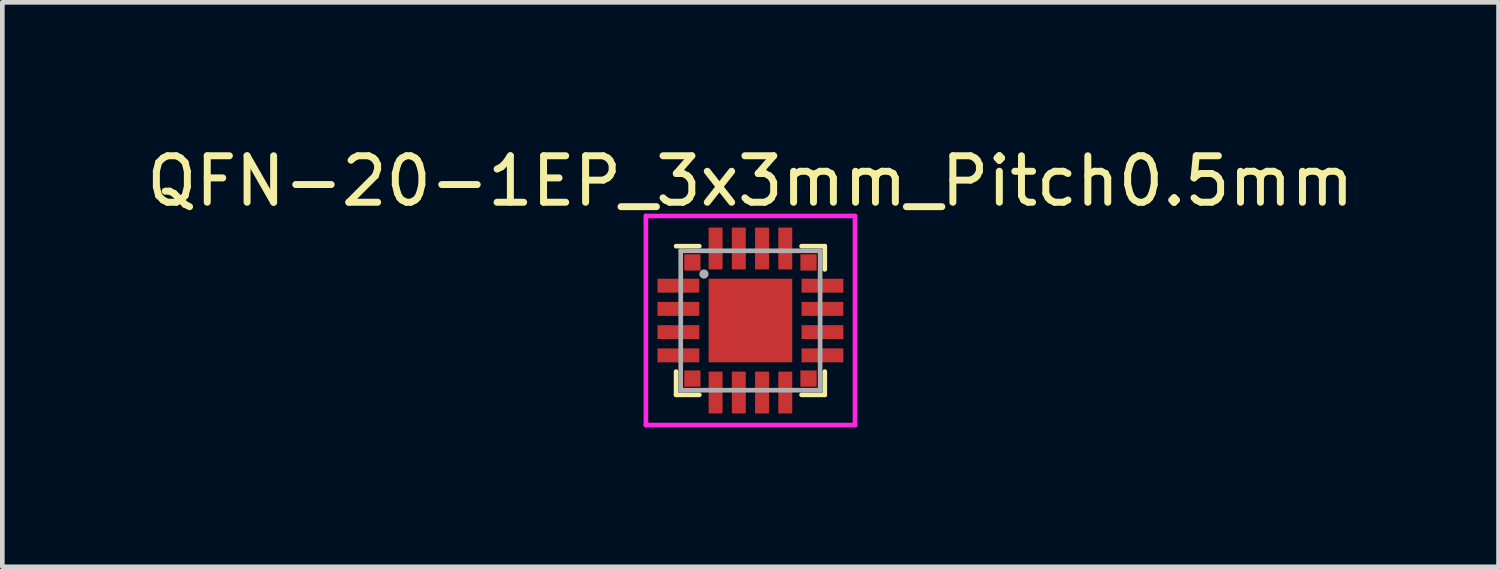
<source format=kicad_pcb>
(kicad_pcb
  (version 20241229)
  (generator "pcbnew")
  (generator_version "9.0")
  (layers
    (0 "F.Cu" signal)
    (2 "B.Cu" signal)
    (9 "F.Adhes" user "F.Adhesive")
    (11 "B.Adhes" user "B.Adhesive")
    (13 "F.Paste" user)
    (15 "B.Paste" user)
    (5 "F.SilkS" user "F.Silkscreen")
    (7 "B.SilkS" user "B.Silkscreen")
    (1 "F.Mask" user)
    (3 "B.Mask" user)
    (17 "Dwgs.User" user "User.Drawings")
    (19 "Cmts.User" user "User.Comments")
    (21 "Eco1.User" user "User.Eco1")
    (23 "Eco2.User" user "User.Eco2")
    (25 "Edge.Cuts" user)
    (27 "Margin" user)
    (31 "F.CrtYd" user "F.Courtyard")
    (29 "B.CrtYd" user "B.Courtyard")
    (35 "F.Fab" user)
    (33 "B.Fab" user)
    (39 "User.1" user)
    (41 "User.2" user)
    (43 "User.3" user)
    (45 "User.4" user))
  (footprint "QFN-20-1EP_3x3mm_Pitch0.5mm"
    (layer "F.Cu")
    (at 13.101 3.848)
    (property "Reference" "QFN-20-1EP_3x3mm_Pitch0.5mm" (at 0 -3 0) (layer "F.SilkS") (effects (font (size 1 1) (thickness 0.15))))
    (attr through_hole)
    (fp_line (start -1.6 1.6) (end -1.6 1.1) (stroke (width 0.1) (type solid)) (layer "F.SilkS"))
    (fp_line (start -1.1 -1.6) (end -1.6 -1.6) (stroke (width 0.1) (type solid)) (layer "F.SilkS"))
    (fp_line (start -1.1 1.6) (end -1.6 1.6) (stroke (width 0.1) (type solid)) (layer "F.SilkS"))
    (fp_line (start 1.1 -1.6) (end 1.6 -1.6) (stroke (width 0.1) (type solid)) (layer "F.SilkS"))
    (fp_line (start 1.6 -1.6) (end 1.6 -1.1) (stroke (width 0.1) (type solid)) (layer "F.SilkS"))
    (fp_line (start 1.6 1.1) (end 1.6 1.6) (stroke (width 0.1) (type solid)) (layer "F.SilkS"))
    (fp_line (start 1.6 1.6) (end 1.1 1.6) (stroke (width 0.1) (type solid)) (layer "F.SilkS"))
    (fp_line (start -2.25 -2.25) (end 2.25 -2.25) (stroke (width 0.1) (type solid)) (layer "F.CrtYd"))
    (fp_line (start -2.25 2.25) (end -2.25 -2.25) (stroke (width 0.1) (type solid)) (layer "F.CrtYd"))
    (fp_line (start 2.25 -2.25) (end 2.25 2.25) (stroke (width 0.1) (type solid)) (layer "F.CrtYd"))
    (fp_line (start 2.25 2.25) (end -2.25 2.25) (stroke (width 0.1) (type solid)) (layer "F.CrtYd"))
    (fp_line (start -1.5 -1.5) (end 1.5 -1.5) (stroke (width 0.1) (type solid)) (layer "F.Fab"))
    (fp_line (start -1.5 1.5) (end -1.5 -1.5) (stroke (width 0.1) (type solid)) (layer "F.Fab"))
    (fp_line (start 1.5 -1.5) (end 1.5 1.5) (stroke (width 0.1) (type solid)) (layer "F.Fab"))
    (fp_line (start 1.5 1.5) (end -1.5 1.5) (stroke (width 0.1) (type solid)) (layer "F.Fab"))
    (fp_circle (center -1 -1) (end -1.05 -1) (stroke (width 0.1) (type solid)) (fill no) (layer "F.Fab"))
    (pad "1" smd rect (at -1.25 -1.25) (size 0.35 0.35) (layers "F.Cu" "F.Mask" "F.Paste"))
    (pad "2" smd rect (at -1.55 -0.75) (size 0.9 0.3) (layers "F.Cu" "F.Mask" "F.Paste"))
    (pad "3" smd rect (at -1.55 -0.25) (size 0.9 0.3) (layers "F.Cu" "F.Mask" "F.Paste"))
    (pad "4" smd rect (at -1.55 0.25) (size 0.9 0.3) (layers "F.Cu" "F.Mask" "F.Paste"))
    (pad "5" smd rect (at -1.55 0.75) (size 0.9 0.3) (layers "F.Cu" "F.Mask" "F.Paste"))
    (pad "6" smd rect (at -1.25 1.25) (size 0.35 0.35) (layers "F.Cu" "F.Mask" "F.Paste"))
    (pad "7" smd rect (at -0.75 1.55 90) (size 0.9 0.3) (layers "F.Cu" "F.Mask" "F.Paste"))
    (pad "8" smd rect (at -0.25 1.55 90) (size 0.9 0.3) (layers "F.Cu" "F.Mask" "F.Paste"))
    (pad "9" smd rect (at 0.25 1.55 90) (size 0.9 0.3) (layers "F.Cu" "F.Mask" "F.Paste"))
    (pad "10" smd rect (at 0.75 1.55 90) (size 0.9 0.3) (layers "F.Cu" "F.Mask" "F.Paste"))
    (pad "11" smd rect (at 1.25 1.25) (size 0.35 0.35) (layers "F.Cu" "F.Mask" "F.Paste"))
    (pad "12" smd rect (at 1.55 0.75) (size 0.9 0.3) (layers "F.Cu" "F.Mask" "F.Paste"))
    (pad "13" smd rect (at 1.55 0.25) (size 0.9 0.3) (layers "F.Cu" "F.Mask" "F.Paste"))
    (pad "14" smd rect (at 1.55 -0.25) (size 0.9 0.3) (layers "F.Cu" "F.Mask" "F.Paste"))
    (pad "15" smd rect (at 1.55 -0.75) (size 0.9 0.3) (layers "F.Cu" "F.Mask" "F.Paste"))
    (pad "16" smd rect (at 1.25 -1.25) (size 0.35 0.35) (layers "F.Cu" "F.Mask" "F.Paste"))
    (pad "17" smd rect (at 0.75 -1.55 90) (size 0.9 0.3) (layers "F.Cu" "F.Mask" "F.Paste"))
    (pad "18" smd rect (at 0.25 -1.55 90) (size 0.9 0.3) (layers "F.Cu" "F.Mask" "F.Paste"))
    (pad "19" smd rect (at -0.25 -1.55 90) (size 0.9 0.3) (layers "F.Cu" "F.Mask" "F.Paste"))
    (pad "20" smd rect (at -0.75 -1.55 90) (size 0.9 0.3) (layers "F.Cu" "F.Mask" "F.Paste"))
    (pad "21" smd rect (at 0 0) (size 1.8 1.8) (layers "F.Cu" "F.Mask" "F.Paste")))
  (gr_rect
    (start -3 -3)
    (end 29.202 9.148)
    (stroke (width 0.1) (type default))
    (fill no)
    (layer "Edge.Cuts")))
</source>
